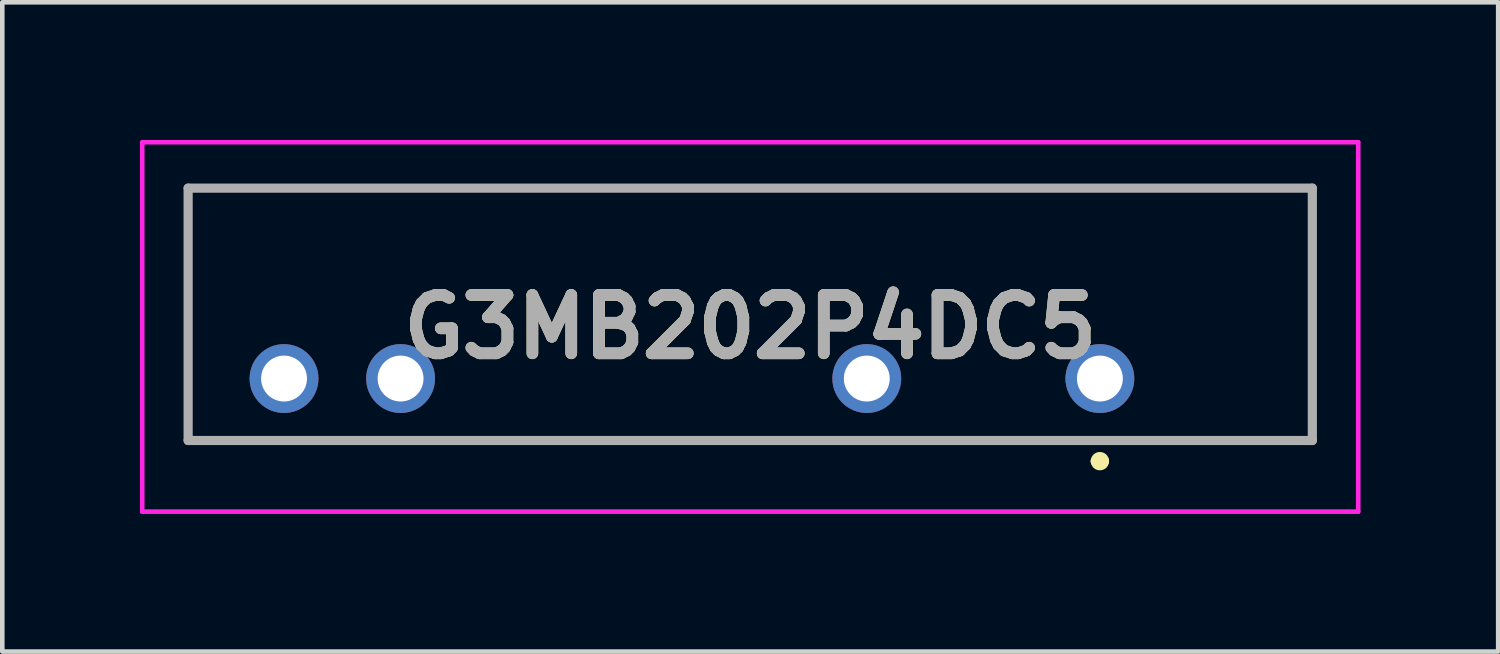
<source format=kicad_pcb>
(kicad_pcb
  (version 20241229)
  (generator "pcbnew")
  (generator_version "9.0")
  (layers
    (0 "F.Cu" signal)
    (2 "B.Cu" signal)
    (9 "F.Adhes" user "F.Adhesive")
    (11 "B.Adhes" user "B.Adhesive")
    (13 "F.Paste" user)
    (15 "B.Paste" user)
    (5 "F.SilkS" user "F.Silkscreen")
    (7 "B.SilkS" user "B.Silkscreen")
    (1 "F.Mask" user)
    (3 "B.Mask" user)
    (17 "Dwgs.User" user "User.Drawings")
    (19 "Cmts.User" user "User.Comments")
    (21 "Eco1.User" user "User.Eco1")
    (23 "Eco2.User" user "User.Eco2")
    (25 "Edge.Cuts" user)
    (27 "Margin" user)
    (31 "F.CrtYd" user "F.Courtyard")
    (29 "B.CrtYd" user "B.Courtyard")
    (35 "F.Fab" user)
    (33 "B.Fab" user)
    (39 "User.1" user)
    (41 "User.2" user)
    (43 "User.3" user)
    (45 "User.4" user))
  (footprint "G3MB202P4DC5"
    (layer "F.Cu")
    (at 20.92 5.2)
    (property "Reference" "G3MB202P4DC5" (at -7.62 -1.125 0) (layer "F.SilkS") (effects (font (size 1.27 1.27) (thickness 0.254))))
    (attr through_hole)
    (fp_line (start -19.87 -4.15) (end 4.63 -4.15) (stroke (width 0.1) (type solid)) (layer "F.SilkS"))
    (fp_line (start -19.87 1.35) (end -19.87 -4.15) (stroke (width 0.1) (type solid)) (layer "F.SilkS"))
    (fp_line (start -0.1 1.8) (end -0.1 1.8) (stroke (width 0.2) (type solid)) (layer "F.SilkS"))
    (fp_line (start 0.1 1.8) (end 0.1 1.8) (stroke (width 0.2) (type solid)) (layer "F.SilkS"))
    (fp_line (start 4.63 -4.15) (end 4.63 1.35) (stroke (width 0.1) (type solid)) (layer "F.SilkS"))
    (fp_line (start 4.63 1.35) (end -19.87 1.35) (stroke (width 0.1) (type solid)) (layer "F.SilkS"))
    (fp_arc (start -0.1 1.8) (mid 0 1.7) (end 0.1 1.8) (stroke (width 0.2) (type solid)) (layer "F.SilkS"))
    (fp_arc (start 0.1 1.8) (mid 0 1.9) (end -0.1 1.8) (stroke (width 0.2) (type solid)) (layer "F.SilkS"))
    (fp_line (start -20.87 -5.15) (end 5.63 -5.15) (stroke (width 0.1) (type solid)) (layer "F.CrtYd"))
    (fp_line (start -20.87 2.9) (end -20.87 -5.15) (stroke (width 0.1) (type solid)) (layer "F.CrtYd"))
    (fp_line (start 5.63 -5.15) (end 5.63 2.9) (stroke (width 0.1) (type solid)) (layer "F.CrtYd"))
    (fp_line (start 5.63 2.9) (end -20.87 2.9) (stroke (width 0.1) (type solid)) (layer "F.CrtYd"))
    (fp_line (start -19.87 -4.15) (end 4.63 -4.15) (stroke (width 0.2) (type solid)) (layer "F.Fab"))
    (fp_line (start -19.87 1.35) (end -19.87 -4.15) (stroke (width 0.2) (type solid)) (layer "F.Fab"))
    (fp_line (start 4.63 -4.15) (end 4.63 1.35) (stroke (width 0.2) (type solid)) (layer "F.Fab"))
    (fp_line (start 4.63 1.35) (end -19.87 1.35) (stroke (width 0.2) (type solid)) (layer "F.Fab"))
    (fp_text user "${REFERENCE}" (at -7.62 -1.125 0) (layer "F.Fab") (effects (font (size 1.27 1.27) (thickness 0.254))))
    (pad "1" thru_hole circle (at 0 0) (size 1.5 1.5) (drill 1) (layers "*.Cu" "*.Mask"))
    (pad "2" thru_hole circle (at -5.08 0) (size 1.5 1.5) (drill 1) (layers "*.Cu" "*.Mask"))
    (pad "3" thru_hole circle (at -15.24 0) (size 1.5 1.5) (drill 1) (layers "*.Cu" "*.Mask"))
    (pad "4" thru_hole circle (at -17.78 0) (size 1.5 1.5) (drill 1) (layers "*.Cu" "*.Mask")))
  (gr_rect
    (start -3 -3)
    (end 29.6 11.15)
    (stroke (width 0.1) (type default))
    (fill no)
    (layer "Edge.Cuts")))
</source>
